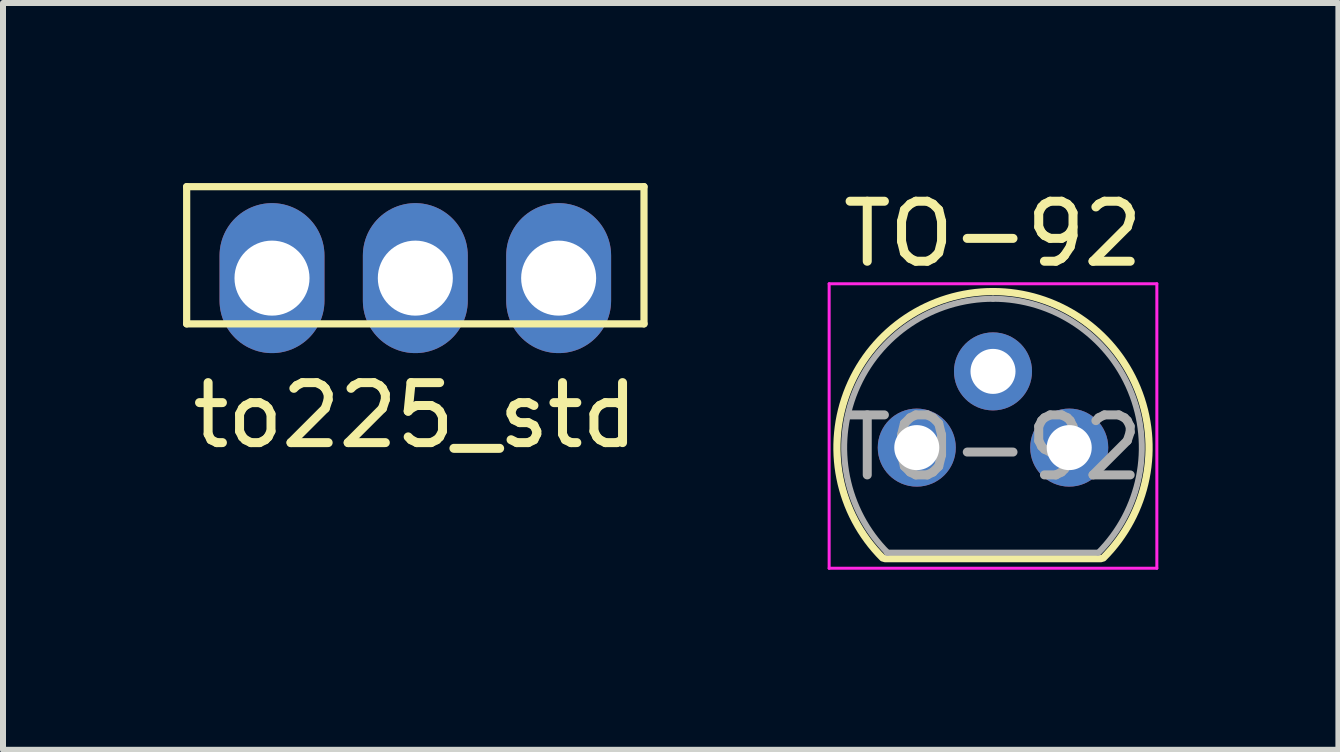
<source format=kicad_pcb>
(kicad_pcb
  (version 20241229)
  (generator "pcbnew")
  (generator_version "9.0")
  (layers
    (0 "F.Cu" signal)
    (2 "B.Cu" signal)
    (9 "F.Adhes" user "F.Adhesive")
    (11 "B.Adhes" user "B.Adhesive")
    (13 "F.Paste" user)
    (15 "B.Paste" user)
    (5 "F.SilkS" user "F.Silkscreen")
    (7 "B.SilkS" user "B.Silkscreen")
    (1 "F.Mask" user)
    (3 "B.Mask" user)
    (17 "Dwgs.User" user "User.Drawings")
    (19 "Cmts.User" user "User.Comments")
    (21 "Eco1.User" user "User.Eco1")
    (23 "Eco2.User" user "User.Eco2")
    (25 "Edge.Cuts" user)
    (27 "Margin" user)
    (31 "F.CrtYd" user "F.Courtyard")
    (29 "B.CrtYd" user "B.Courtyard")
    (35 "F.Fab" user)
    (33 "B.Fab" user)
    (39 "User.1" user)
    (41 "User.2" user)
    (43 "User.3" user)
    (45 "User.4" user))
  (footprint "to225_std"
    (layer "F.Cu")
    (at 3.87 1.584)
    (property "Reference" "to225_std" (at 0 2.286 0) (layer "F.SilkS") (effects (font (size 1 1) (thickness 0.15))))
    (attr through_hole)
    (fp_line (start -3.81 -1.524) (end 3.81 -1.524) (stroke (width 0.12) (type solid)) (layer "F.SilkS"))
    (fp_line (start -3.81 0.762) (end -3.81 -1.524) (stroke (width 0.12) (type solid)) (layer "F.SilkS"))
    (fp_line (start 3.81 -1.524) (end 3.81 0.762) (stroke (width 0.12) (type solid)) (layer "F.SilkS"))
    (fp_line (start 3.81 0.762) (end -3.81 0.762) (stroke (width 0.12) (type solid)) (layer "F.SilkS"))
    (pad "1" thru_hole oval (at 2.388 0) (size 1.748 2.499) (drill 1.25) (layers "*.Cu" "*.Mask"))
    (pad "2" thru_hole oval (at 0 0) (size 1.748 2.499) (drill 1.25) (layers "*.Cu" "*.Mask"))
    (pad "3" thru_hole oval (at -2.388 0) (size 1.748 2.499) (drill 1.25) (layers "*.Cu" "*.Mask")))
  (footprint "TO-92"
    (layer "F.Cu")
    (at 12.225 4.408)
    (property "Reference" "TO-92" (at 1.27 -3.56 0) (layer "F.SilkS") (effects (font (size 1 1) (thickness 0.15))))
    (attr through_hole)
    (fp_line (start -0.53 1.85) (end 3.07 1.85) (stroke (width 0.12) (type solid)) (layer "F.SilkS"))
    (fp_arc (start -0.568478 1.838478) (mid -1.132087 -0.994977) (end 1.27 -2.6) (stroke (width 0.12) (type solid)) (layer "F.SilkS"))
    (fp_arc (start 1.27 -2.6) (mid 3.672087 -0.994977) (end 3.108478 1.838478) (stroke (width 0.12) (type solid)) (layer "F.SilkS"))
    (fp_line (start -1.46 -2.73) (end -1.46 2.01) (stroke (width 0.05) (type solid)) (layer "F.CrtYd"))
    (fp_line (start -1.46 -2.73) (end 4 -2.73) (stroke (width 0.05) (type solid)) (layer "F.CrtYd"))
    (fp_line (start 4 2.01) (end -1.46 2.01) (stroke (width 0.05) (type solid)) (layer "F.CrtYd"))
    (fp_line (start 4 2.01) (end 4 -2.73) (stroke (width 0.05) (type solid)) (layer "F.CrtYd"))
    (fp_line (start -0.5 1.75) (end 3 1.75) (stroke (width 0.1) (type solid)) (layer "F.Fab"))
    (fp_arc (start -0.483625 1.753625) (mid -1.021221 -0.949055) (end 1.27 -2.48) (stroke (width 0.1) (type solid)) (layer "F.Fab"))
    (fp_arc (start 1.27 -2.48) (mid 3.561221 -0.949055) (end 3.023625 1.753625) (stroke (width 0.1) (type solid)) (layer "F.Fab"))
    (fp_text user "${REFERENCE}" (at 1.27 0 0) (layer "F.Fab") (effects (font (size 1 1) (thickness 0.15))))
    (pad "1" thru_hole circle (at 0 0) (size 1.3 1.3) (drill 0.75) (layers "*.Cu" "*.Mask"))
    (pad "2" thru_hole circle (at 1.27 -1.27) (size 1.3 1.3) (drill 0.75) (layers "*.Cu" "*.Mask"))
    (pad "3" thru_hole circle (at 2.54 0) (size 1.3 1.3) (drill 0.75) (layers "*.Cu" "*.Mask")))
  (gr_rect
    (start -3 -3)
    (end 19.25 9.443)
    (stroke (width 0.1) (type default))
    (fill no)
    (layer "Edge.Cuts")))
</source>
